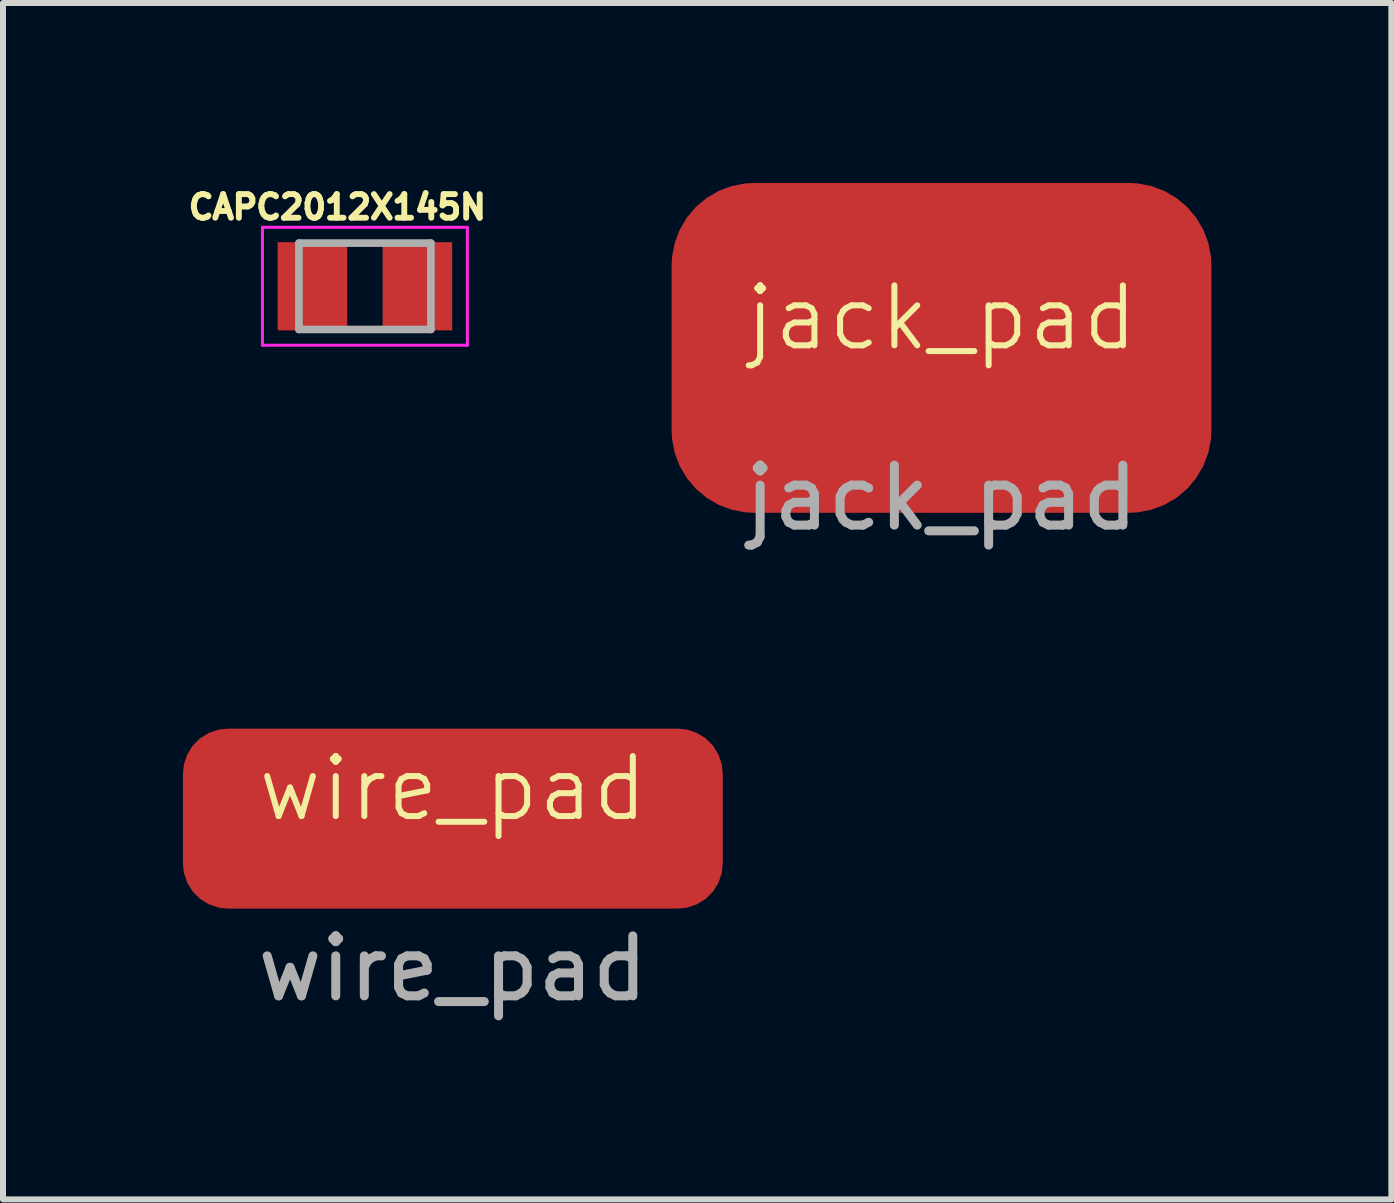
<source format=kicad_pcb>
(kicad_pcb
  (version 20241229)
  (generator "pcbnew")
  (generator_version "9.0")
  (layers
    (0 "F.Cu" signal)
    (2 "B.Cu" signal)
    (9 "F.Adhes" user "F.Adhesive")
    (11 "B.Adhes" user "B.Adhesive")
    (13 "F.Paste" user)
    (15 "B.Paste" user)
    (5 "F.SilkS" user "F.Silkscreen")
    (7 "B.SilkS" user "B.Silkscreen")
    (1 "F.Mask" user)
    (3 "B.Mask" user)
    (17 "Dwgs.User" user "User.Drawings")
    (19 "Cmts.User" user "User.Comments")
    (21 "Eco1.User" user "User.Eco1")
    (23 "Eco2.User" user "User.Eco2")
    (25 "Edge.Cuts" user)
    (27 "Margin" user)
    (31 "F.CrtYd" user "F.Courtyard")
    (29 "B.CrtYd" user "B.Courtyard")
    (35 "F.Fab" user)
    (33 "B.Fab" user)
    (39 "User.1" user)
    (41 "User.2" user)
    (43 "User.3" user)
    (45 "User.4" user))
  (footprint "jack_pad"
    (layer "F.Cu")
    (at 12.647 2.75)
    (property "Reference" "jack_pad" (at 0 -0.5 0) (unlocked yes) (layer "F.SilkS") (effects (font (size 1 1) (thickness 0.1))))
    (attr smd)
    (fp_text user "${REFERENCE}" (at 0 2.5 0) (unlocked yes) (layer "F.Fab") (effects (font (size 1 1) (thickness 0.15))))
    (pad "1" smd roundrect (at 0 0) (size 9 5.5) (layers "F.Cu" "F.Mask" "F.Paste" "Eco1.User") (roundrect_rratio 0.25)))
  (footprint "CAPC2012X145N"
    (layer "F.Cu")
    (at 3.034 1.723)
    (property "Reference" "CAPC2012X145N" (at -0.46 -1.32 0) (layer "F.SilkS") (effects (font (size 0.394 0.394) (thickness 0.15))))
    (attr smd)
    (fp_line (start -1.708 -0.983) (end 1.708 -0.983) (stroke (width 0.05) (type solid)) (layer "F.CrtYd"))
    (fp_line (start -1.708 0.983) (end -1.708 -0.983) (stroke (width 0.05) (type solid)) (layer "F.CrtYd"))
    (fp_line (start -1.708 0.983) (end 1.708 0.983) (stroke (width 0.05) (type solid)) (layer "F.CrtYd"))
    (fp_line (start 1.708 0.983) (end 1.708 -0.983) (stroke (width 0.05) (type solid)) (layer "F.CrtYd"))
    (fp_line (start -1.1 0.72) (end -1.1 -0.72) (stroke (width 0.127) (type solid)) (layer "F.Fab"))
    (fp_line (start 1.1 -0.72) (end -1.1 -0.72) (stroke (width 0.127) (type solid)) (layer "F.Fab"))
    (fp_line (start 1.1 0.72) (end -1.1 0.72) (stroke (width 0.127) (type solid)) (layer "F.Fab"))
    (fp_line (start 1.1 0.72) (end 1.1 -0.72) (stroke (width 0.127) (type solid)) (layer "F.Fab"))
    (pad "1" smd rect (at -0.875 0) (size 1.16 1.47) (layers "F.Cu" "F.Mask" "F.Paste"))
    (pad "2" smd rect (at 0.875 0) (size 1.16 1.47) (layers "F.Cu" "F.Mask" "F.Paste")))
  (footprint "wire_pad"
    (layer "F.Cu")
    (at 4.5 10.598)
    (property "Reference" "wire_pad" (at 0 -0.5 0) (unlocked yes) (layer "F.SilkS") (effects (font (size 1 1) (thickness 0.1))))
    (attr smd)
    (fp_text user "${REFERENCE}" (at 0 2.5 0) (unlocked yes) (layer "F.Fab") (effects (font (size 1 1) (thickness 0.15))))
    (pad "1" smd roundrect (at 0 0) (size 9 3) (layers "F.Cu" "F.Mask" "F.Paste" "Eco1.User") (roundrect_rratio 0.25)))
  (gr_rect
    (start -3 -3)
    (end 20.147 16.947)
    (stroke (width 0.1) (type default))
    (fill no)
    (layer "Edge.Cuts")))
</source>
